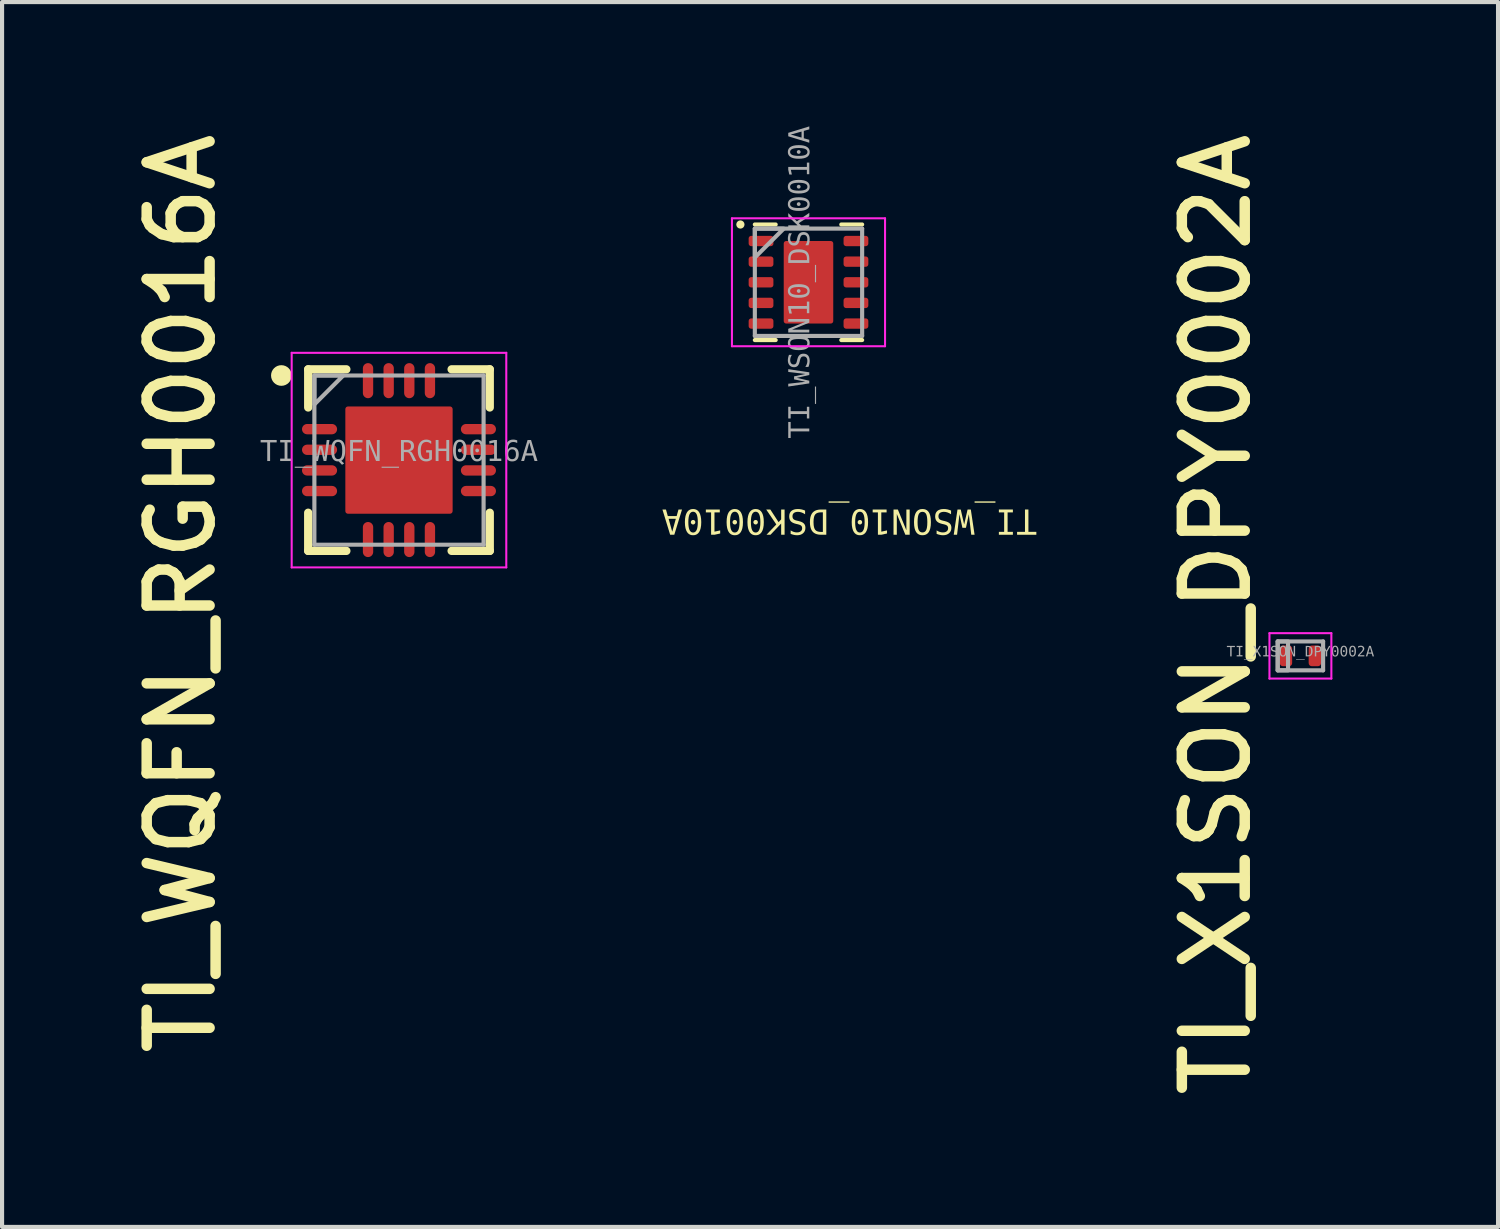
<source format=kicad_pcb>
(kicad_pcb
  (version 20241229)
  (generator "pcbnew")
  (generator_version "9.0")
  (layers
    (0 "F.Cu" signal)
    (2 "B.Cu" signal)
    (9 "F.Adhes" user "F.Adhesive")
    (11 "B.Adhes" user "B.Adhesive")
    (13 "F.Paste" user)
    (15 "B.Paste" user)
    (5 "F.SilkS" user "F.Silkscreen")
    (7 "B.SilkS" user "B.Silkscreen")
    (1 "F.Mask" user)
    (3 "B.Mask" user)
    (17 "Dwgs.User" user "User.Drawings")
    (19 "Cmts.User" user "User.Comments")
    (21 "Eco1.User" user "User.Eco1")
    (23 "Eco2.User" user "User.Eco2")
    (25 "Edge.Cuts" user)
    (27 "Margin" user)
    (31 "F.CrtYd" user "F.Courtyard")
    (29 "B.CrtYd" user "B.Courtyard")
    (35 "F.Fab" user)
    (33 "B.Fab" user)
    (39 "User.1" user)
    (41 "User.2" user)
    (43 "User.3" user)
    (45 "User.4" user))
  (footprint "TI_WQFN_RGH0016A"
    (layer "F.Cu")
    (at 6.618 8.099)
    (property "Reference" "TI_WQFN_RGH0016A" (at -5.281 3.233 90) (unlocked yes) (layer "F.SilkS") (effects (font (size 1.524 1.524) (thickness 0.254))))
    (fp_line (start -2.2 -1.275) (end -2.2 -2.2) (stroke (width 0.2) (type solid)) (layer "F.SilkS"))
    (fp_line (start -2.2 2.2) (end -2.2 1.275) (stroke (width 0.2) (type solid)) (layer "F.SilkS"))
    (fp_line (start -1.275 -2.2) (end -2.2 -2.2) (stroke (width 0.2) (type solid)) (layer "F.SilkS"))
    (fp_line (start -1.275 2.2) (end -2.2 2.2) (stroke (width 0.2) (type solid)) (layer "F.SilkS"))
    (fp_line (start 2.2 -2.2) (end 1.275 -2.2) (stroke (width 0.2) (type solid)) (layer "F.SilkS"))
    (fp_line (start 2.2 -1.275) (end 2.2 -2.2) (stroke (width 0.2) (type solid)) (layer "F.SilkS"))
    (fp_line (start 2.2 2.2) (end 1.275 2.2) (stroke (width 0.2) (type solid)) (layer "F.SilkS"))
    (fp_line (start 2.2 2.2) (end 2.2 1.275) (stroke (width 0.2) (type solid)) (layer "F.SilkS"))
    (fp_circle (center -2.85 -2.05) (end -2.975 -2.05) (stroke (width 0.25) (type solid)) (fill no) (layer "F.SilkS"))
    (fp_rect (start -1.25 -0.1) (end -0.1 -1.25) (stroke (width 0) (type default)) (fill yes) (layer "F.Paste"))
    (fp_rect (start -1.25 1.25) (end -0.1 0.1) (stroke (width 0) (type default)) (fill yes) (layer "F.Paste"))
    (fp_rect (start 0.1 -0.1) (end 1.25 -1.25) (stroke (width 0) (type default)) (fill yes) (layer "F.Paste"))
    (fp_rect (start 0.1 1.25) (end 1.25 0.1) (stroke (width 0) (type default)) (fill yes) (layer "F.Paste"))
    (fp_line (start -2.6 2.6) (end -2.6 -2.6) (stroke (width 0.05) (type solid)) (layer "F.CrtYd"))
    (fp_line (start 2.6 -2.6) (end -2.6 -2.6) (stroke (width 0.05) (type solid)) (layer "F.CrtYd"))
    (fp_line (start 2.6 2.6) (end -2.6 2.6) (stroke (width 0.05) (type solid)) (layer "F.CrtYd"))
    (fp_line (start 2.6 2.6) (end 2.6 -2.6) (stroke (width 0.05) (type solid)) (layer "F.CrtYd"))
    (fp_line (start -2.05 2.05) (end -2.05 -2.05) (stroke (width 0.1) (type solid)) (layer "F.Fab"))
    (fp_line (start 2.05 -2.05) (end -2.05 -2.05) (stroke (width 0.1) (type solid)) (layer "F.Fab"))
    (fp_line (start 2.05 2.05) (end -2.05 2.05) (stroke (width 0.1) (type solid)) (layer "F.Fab"))
    (fp_line (start 2.05 2.05) (end 2.05 -2.05) (stroke (width 0.1) (type solid)) (layer "F.Fab"))
    (fp_poly (pts (xy -2.05 -1.35) (xy -1.35 -2.05) (xy -2.05 -2.05)) (stroke (width 0.1) (type default)) (fill no) (layer "F.Fab"))
    (fp_line (start 0 0.5) (end 0 -0.5) (stroke (width 0.1) (type solid)) (layer "User.1"))
    (fp_line (start 0.5 0) (end -0.5 0) (stroke (width 0.1) (type solid)) (layer "User.1"))
    (fp_text user "${REFERENCE}" (at 0.00001 -0.185 0) (unlocked yes) (layer "F.Fab") (effects (font (face "Consolas") (size 0.5 0.5) (thickness 0.254))))
    (pad "1" smd oval (at -1.925 -0.75 90) (size 0.25 0.85) (layers "F.Cu" "F.Mask" "F.Paste"))
    (pad "2" smd oval (at -1.925 -0.25 90) (size 0.25 0.85) (layers "F.Cu" "F.Mask" "F.Paste"))
    (pad "3" smd oval (at -1.925 0.25 90) (size 0.25 0.85) (layers "F.Cu" "F.Mask" "F.Paste"))
    (pad "4" smd oval (at -1.925 0.75 90) (size 0.25 0.85) (layers "F.Cu" "F.Mask" "F.Paste"))
    (pad "5" smd oval (at -0.75 1.925) (size 0.25 0.85) (layers "F.Cu" "F.Mask" "F.Paste"))
    (pad "6" smd oval (at -0.25 1.925) (size 0.25 0.85) (layers "F.Cu" "F.Mask" "F.Paste"))
    (pad "7" smd oval (at 0.25 1.925) (size 0.25 0.85) (layers "F.Cu" "F.Mask" "F.Paste"))
    (pad "8" smd oval (at 0.75 1.925) (size 0.25 0.85) (layers "F.Cu" "F.Mask" "F.Paste"))
    (pad "9" smd oval (at 1.925 0.75 90) (size 0.25 0.85) (layers "F.Cu" "F.Mask" "F.Paste"))
    (pad "10" smd oval (at 1.925 0.25 90) (size 0.25 0.85) (layers "F.Cu" "F.Mask" "F.Paste"))
    (pad "11" smd oval (at 1.925 -0.25 90) (size 0.25 0.85) (layers "F.Cu" "F.Mask" "F.Paste"))
    (pad "12" smd oval (at 1.925 -0.75 90) (size 0.25 0.85) (layers "F.Cu" "F.Mask" "F.Paste"))
    (pad "13" smd oval (at 0.75 -1.925) (size 0.25 0.85) (layers "F.Cu" "F.Mask" "F.Paste"))
    (pad "14" smd oval (at 0.25 -1.925) (size 0.25 0.85) (layers "F.Cu" "F.Mask" "F.Paste"))
    (pad "15" smd oval (at -0.25 -1.925) (size 0.25 0.85) (layers "F.Cu" "F.Mask" "F.Paste"))
    (pad "16" smd oval (at -0.75 -1.925) (size 0.25 0.85) (layers "F.Cu" "F.Mask" "F.Paste"))
    (pad "17" smd roundrect (at 0 0) (size 2.6 2.6) (layers "F.Cu" "F.Mask" "F.Paste") (roundrect_rratio 0.025)))
  (footprint "TI_X1SON_DPY0002A"
    (layer "F.Cu")
    (at 28.461 12.843)
    (property "Reference" "TI_X1SON_DPY0002A" (at -2.041 -1.003 90) (unlocked yes) (layer "F.SilkS") (effects (font (size 1.524 1.524) (thickness 0.254))))
    (fp_line (start -0.75 0.55) (end -0.75 -0.55) (stroke (width 0.05) (type solid)) (layer "F.CrtYd"))
    (fp_line (start 0.75 -0.55) (end -0.75 -0.55) (stroke (width 0.05) (type solid)) (layer "F.CrtYd"))
    (fp_line (start 0.75 0.55) (end -0.75 0.55) (stroke (width 0.05) (type solid)) (layer "F.CrtYd"))
    (fp_line (start 0.75 0.55) (end 0.75 -0.55) (stroke (width 0.05) (type solid)) (layer "F.CrtYd"))
    (fp_line (start -0.55 0.35) (end -0.55 -0.35) (stroke (width 0.1) (type solid)) (layer "F.Fab"))
    (fp_line (start 0.55 -0.35) (end -0.55 -0.35) (stroke (width 0.1) (type solid)) (layer "F.Fab"))
    (fp_line (start 0.55 0.35) (end -0.55 0.35) (stroke (width 0.1) (type solid)) (layer "F.Fab"))
    (fp_line (start 0.55 0.35) (end 0.55 -0.35) (stroke (width 0.1) (type solid)) (layer "F.Fab"))
    (fp_rect (start -0.55 0.35) (end -0.3 -0.35) (stroke (width 0.1) (type default)) (fill no) (layer "F.Fab"))
    (fp_line (start 0 0.3) (end 0 -0.3) (stroke (width 0.1) (type solid)) (layer "User.1"))
    (fp_line (start 0.3 0) (end -0.3 0) (stroke (width 0.1) (type solid)) (layer "User.1"))
    (fp_text user "${REFERENCE}" (at 0.00001 -0.091 0) (unlocked yes) (layer "F.Fab") (effects (font (face "Consolas") (size 0.25 0.25) (thickness 0.254))))
    (pad "1" smd roundrect (at -0.35 0 90) (size 0.5 0.3) (layers "F.Cu" "F.Mask" "F.Paste") (roundrect_rratio 0.25))
    (pad "2" smd roundrect (at 0.35 0 90) (size 0.5 0.3) (layers "F.Cu" "F.Mask" "F.Paste") (roundrect_rratio 0.25)))
  (footprint "TI_WSON10_DSK0010A"
    (layer "F.Cu")
    (at 16.541 3.79)
    (property "Reference" "TI_WSON10_DSK0010A" (at 0.993 5.755 180) (unlocked yes) (layer "F.SilkS") (effects (font (face "Consolas") (size 0.6 0.6) (thickness 0.254))))
    (fp_line (start -0.795 -1.4) (end -1.3 -1.4) (stroke (width 0.1) (type solid)) (layer "F.SilkS"))
    (fp_line (start -0.795 1.4) (end -1.3 1.4) (stroke (width 0.1) (type solid)) (layer "F.SilkS"))
    (fp_line (start 1.3 -1.4) (end 0.795 -1.4) (stroke (width 0.1) (type solid)) (layer "F.SilkS"))
    (fp_line (start 1.3 1.4) (end 0.795 1.4) (stroke (width 0.1) (type solid)) (layer "F.SilkS"))
    (fp_circle (center -1.65 -1.4) (end -1.65 -1.35) (stroke (width 0.1) (type solid)) (fill no) (layer "F.SilkS"))
    (fp_rect (start -0.565 -0.105) (end 0.565 -0.995) (stroke (width 0) (type default)) (fill yes) (layer "F.Paste"))
    (fp_rect (start -0.565 0.995) (end 0.565 0.105) (stroke (width 0) (type default)) (fill yes) (layer "F.Paste"))
    (fp_line (start -1.855 -1.55) (end -1.855 1.55) (stroke (width 0.05) (type solid)) (layer "F.CrtYd"))
    (fp_line (start 1.855 -1.55) (end -1.855 -1.55) (stroke (width 0.05) (type solid)) (layer "F.CrtYd"))
    (fp_line (start 1.855 -1.55) (end 1.855 1.55) (stroke (width 0.05) (type solid)) (layer "F.CrtYd"))
    (fp_line (start 1.855 1.55) (end -1.855 1.55) (stroke (width 0.05) (type solid)) (layer "F.CrtYd"))
    (fp_line (start -1.3 -1.3) (end -1.3 1.3) (stroke (width 0.1) (type solid)) (layer "F.Fab"))
    (fp_line (start 1.3 -1.3) (end -1.3 -1.3) (stroke (width 0.1) (type solid)) (layer "F.Fab"))
    (fp_line (start 1.3 -1.3) (end 1.3 1.3) (stroke (width 0.1) (type solid)) (layer "F.Fab"))
    (fp_line (start 1.3 1.3) (end -1.3 1.3) (stroke (width 0.1) (type solid)) (layer "F.Fab"))
    (fp_poly (pts (xy -1.3 -0.6) (xy -0.6 -1.3) (xy -1.3 -1.3)) (stroke (width 0.1) (type default)) (fill no) (layer "F.Fab"))
    (fp_line (start 0 -0.5) (end 0 0.5) (stroke (width 0.1) (type solid)) (layer "User.1"))
    (fp_line (start 0.5 0) (end -0.5 0) (stroke (width 0.1) (type solid)) (layer "User.1"))
    (fp_text user "${REFERENCE}" (at -0.188 -0.00002 90) (unlocked yes) (layer "F.Fab") (effects (font (face "Consolas") (size 0.5 0.5) (thickness 0.254))))
    (pad "1" smd roundrect (at -1.15 -1 90) (size 0.25 0.6) (layers "F.Cu" "F.Mask" "F.Paste") (roundrect_rratio 0.25))
    (pad "2" smd roundrect (at -1.15 -0.5 90) (size 0.25 0.6) (layers "F.Cu" "F.Mask" "F.Paste") (roundrect_rratio 0.25))
    (pad "3" smd roundrect (at -1.15 0 90) (size 0.25 0.6) (layers "F.Cu" "F.Mask" "F.Paste") (roundrect_rratio 0.25))
    (pad "4" smd roundrect (at -1.15 0.5 90) (size 0.25 0.6) (layers "F.Cu" "F.Mask" "F.Paste") (roundrect_rratio 0.25))
    (pad "5" smd roundrect (at -1.15 1 90) (size 0.25 0.6) (layers "F.Cu" "F.Mask" "F.Paste") (roundrect_rratio 0.25))
    (pad "6" smd roundrect (at 1.15 1 90) (size 0.25 0.6) (layers "F.Cu" "F.Mask" "F.Paste") (roundrect_rratio 0.25))
    (pad "7" smd roundrect (at 1.15 0.5 90) (size 0.25 0.6) (layers "F.Cu" "F.Mask" "F.Paste") (roundrect_rratio 0.25))
    (pad "8" smd roundrect (at 1.15 0 90) (size 0.25 0.6) (layers "F.Cu" "F.Mask" "F.Paste") (roundrect_rratio 0.25))
    (pad "9" smd roundrect (at 1.15 -0.5 90) (size 0.25 0.6) (layers "F.Cu" "F.Mask" "F.Paste") (roundrect_rratio 0.25))
    (pad "10" smd roundrect (at 1.15 -1 90) (size 0.25 0.6) (layers "F.Cu" "F.Mask" "F.Paste") (roundrect_rratio 0.25))
    (pad "11" smd roundrect (at 0 0 90) (size 2 1.2) (layers "F.Cu" "F.Mask" "F.Paste") (roundrect_rratio 0.05)))
  (gr_rect
    (start -3 -3)
    (end 33.25 26.68)
    (stroke (width 0.1) (type default))
    (fill no)
    (layer "Edge.Cuts")))
</source>
